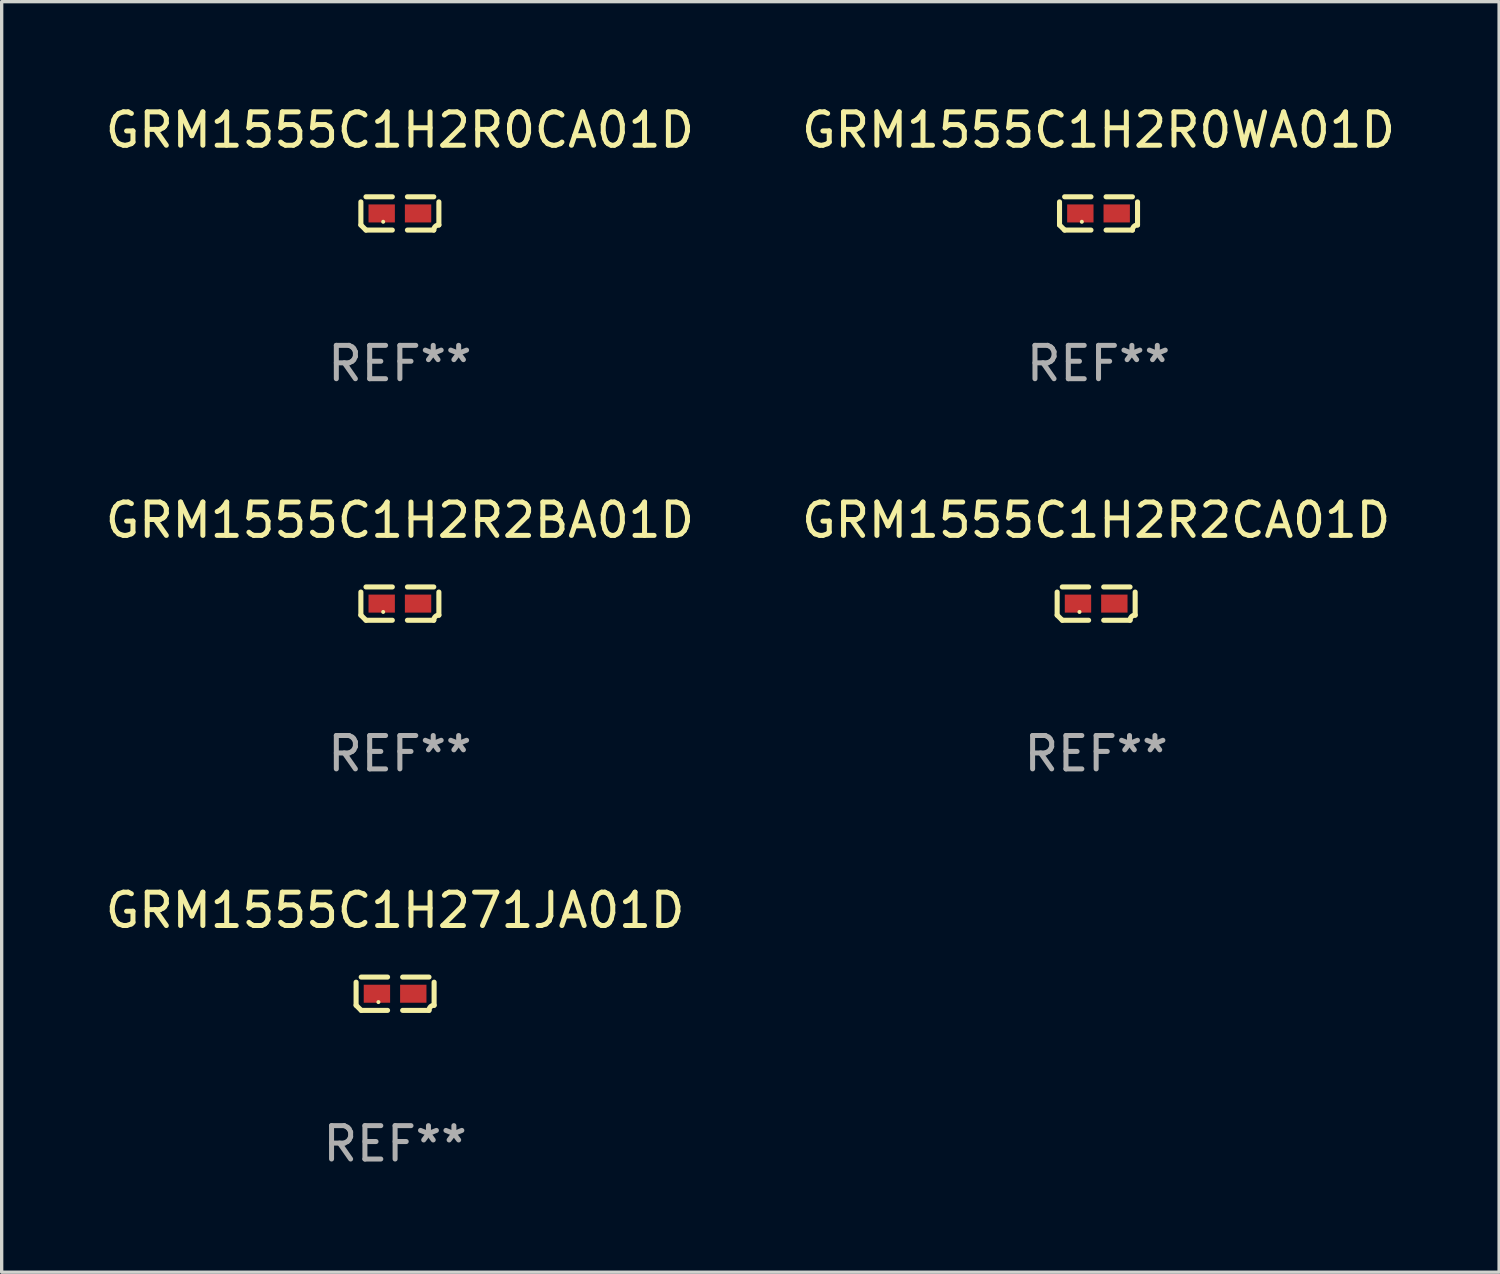
<source format=kicad_pcb>
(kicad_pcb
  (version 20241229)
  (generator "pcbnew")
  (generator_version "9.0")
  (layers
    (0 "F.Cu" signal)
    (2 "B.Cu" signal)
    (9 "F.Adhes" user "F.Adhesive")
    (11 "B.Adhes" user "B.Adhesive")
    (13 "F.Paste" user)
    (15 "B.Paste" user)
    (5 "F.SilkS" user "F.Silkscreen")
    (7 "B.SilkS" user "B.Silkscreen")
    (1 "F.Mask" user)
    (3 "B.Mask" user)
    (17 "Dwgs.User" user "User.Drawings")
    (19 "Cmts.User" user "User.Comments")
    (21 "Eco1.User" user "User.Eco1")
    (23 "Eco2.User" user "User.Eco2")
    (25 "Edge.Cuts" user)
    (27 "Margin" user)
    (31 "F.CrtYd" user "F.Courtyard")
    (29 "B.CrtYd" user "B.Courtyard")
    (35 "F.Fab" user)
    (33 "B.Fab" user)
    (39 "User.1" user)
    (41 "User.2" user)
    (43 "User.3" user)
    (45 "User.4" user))
  (footprint "GRM1555C1H2R2BA01D"
    (layer "F.Cu")
    (at 8.935 15.041)
    (property "Reference" "GRM1555C1H2R2BA01D" (at 0 -2.499 0) (layer "F.SilkS") (effects (font (size 1 1) (thickness 0.15))))
    (attr through_hole)
    (fp_line (start -1.169 0.346) (end -1.169 -0.346) (stroke (width 0.152) (type solid)) (layer "F.SilkS"))
    (fp_line (start -1.016 -0.499) (end -0.226 -0.499) (stroke (width 0.152) (type solid)) (layer "F.SilkS"))
    (fp_line (start -0.226 0.499) (end -1.016 0.499) (stroke (width 0.152) (type solid)) (layer "F.SilkS"))
    (fp_line (start 0.226 0.499) (end 1.016 0.499) (stroke (width 0.152) (type solid)) (layer "F.SilkS"))
    (fp_line (start 1.016 -0.499) (end 0.226 -0.499) (stroke (width 0.152) (type solid)) (layer "F.SilkS"))
    (fp_line (start 1.169 0.346) (end 1.169 -0.346) (stroke (width 0.152) (type solid)) (layer "F.SilkS"))
    (fp_arc (start -1.016307 0.498603) (mid -1.092512 0.422405) (end -1.16871 0.3462) (stroke (width 0.1524) (type solid)) (layer "F.SilkS"))
    (fp_arc (start 1.016307 0.498603) (mid 1.060899 0.390758) (end 1.168707 0.346076) (stroke (width 0.1524) (type solid)) (layer "F.SilkS"))
    (fp_circle (center -0.5 0.25) (end -0.47 0.25) (stroke (width 0.06) (type solid)) (fill no) (layer "F.SilkS"))
    (fp_text user "REF**" (at 0 4.499 0) (layer "F.Fab") (effects (font (size 1 1) (thickness 0.15))))
    (pad "1" smd rect (at -0.545 0) (size 0.79 0.54) (layers "F.Cu" "F.Mask" "F.Paste"))
    (pad "2" smd rect (at 0.545 0) (size 0.79 0.54) (layers "F.Cu" "F.Mask" "F.Paste")))
  (footprint "GRM1555C1H2R2CA01D"
    (layer "F.Cu")
    (at 29.804 15.041)
    (property "Reference" "GRM1555C1H2R2CA01D" (at 0 -2.499 0) (layer "F.SilkS") (effects (font (size 1 1) (thickness 0.15))))
    (attr through_hole)
    (fp_line (start -1.169 0.346) (end -1.169 -0.346) (stroke (width 0.152) (type solid)) (layer "F.SilkS"))
    (fp_line (start -1.016 -0.499) (end -0.226 -0.499) (stroke (width 0.152) (type solid)) (layer "F.SilkS"))
    (fp_line (start -0.226 0.499) (end -1.016 0.499) (stroke (width 0.152) (type solid)) (layer "F.SilkS"))
    (fp_line (start 0.226 0.499) (end 1.016 0.499) (stroke (width 0.152) (type solid)) (layer "F.SilkS"))
    (fp_line (start 1.016 -0.499) (end 0.226 -0.499) (stroke (width 0.152) (type solid)) (layer "F.SilkS"))
    (fp_line (start 1.169 0.346) (end 1.169 -0.346) (stroke (width 0.152) (type solid)) (layer "F.SilkS"))
    (fp_arc (start -1.016307 0.498603) (mid -1.092512 0.422405) (end -1.16871 0.3462) (stroke (width 0.1524) (type solid)) (layer "F.SilkS"))
    (fp_arc (start 1.016307 0.498603) (mid 1.060899 0.390758) (end 1.168707 0.346076) (stroke (width 0.1524) (type solid)) (layer "F.SilkS"))
    (fp_circle (center -0.5 0.25) (end -0.47 0.25) (stroke (width 0.06) (type solid)) (fill no) (layer "F.SilkS"))
    (fp_text user "REF**" (at 0 4.499 0) (layer "F.Fab") (effects (font (size 1 1) (thickness 0.15))))
    (pad "1" smd rect (at -0.545 0) (size 0.79 0.54) (layers "F.Cu" "F.Mask" "F.Paste"))
    (pad "2" smd rect (at 0.545 0) (size 0.79 0.54) (layers "F.Cu" "F.Mask" "F.Paste")))
  (footprint "GRM1555C1H2R0CA01D"
    (layer "F.Cu")
    (at 8.935 3.347)
    (property "Reference" "GRM1555C1H2R0CA01D" (at 0 -2.499 0) (layer "F.SilkS") (effects (font (size 1 1) (thickness 0.15))))
    (attr through_hole)
    (fp_line (start -1.169 0.346) (end -1.169 -0.346) (stroke (width 0.152) (type solid)) (layer "F.SilkS"))
    (fp_line (start -1.016 -0.499) (end -0.226 -0.499) (stroke (width 0.152) (type solid)) (layer "F.SilkS"))
    (fp_line (start -0.226 0.499) (end -1.016 0.499) (stroke (width 0.152) (type solid)) (layer "F.SilkS"))
    (fp_line (start 0.226 0.499) (end 1.016 0.499) (stroke (width 0.152) (type solid)) (layer "F.SilkS"))
    (fp_line (start 1.016 -0.499) (end 0.226 -0.499) (stroke (width 0.152) (type solid)) (layer "F.SilkS"))
    (fp_line (start 1.169 0.346) (end 1.169 -0.346) (stroke (width 0.152) (type solid)) (layer "F.SilkS"))
    (fp_arc (start -1.016307 0.498603) (mid -1.092512 0.422405) (end -1.16871 0.3462) (stroke (width 0.1524) (type solid)) (layer "F.SilkS"))
    (fp_arc (start 1.016307 0.498603) (mid 1.060899 0.390758) (end 1.168707 0.346076) (stroke (width 0.1524) (type solid)) (layer "F.SilkS"))
    (fp_circle (center -0.5 0.25) (end -0.47 0.25) (stroke (width 0.06) (type solid)) (fill no) (layer "F.SilkS"))
    (fp_text user "REF**" (at 0 4.499 0) (layer "F.Fab") (effects (font (size 1 1) (thickness 0.15))))
    (pad "1" smd rect (at -0.545 0) (size 0.79 0.54) (layers "F.Cu" "F.Mask" "F.Paste"))
    (pad "2" smd rect (at 0.545 0) (size 0.79 0.54) (layers "F.Cu" "F.Mask" "F.Paste")))
  (footprint "GRM1555C1H2R0WA01D"
    (layer "F.Cu")
    (at 29.875 3.347)
    (property "Reference" "GRM1555C1H2R0WA01D" (at 0 -2.499 0) (layer "F.SilkS") (effects (font (size 1 1) (thickness 0.15))))
    (attr through_hole)
    (fp_line (start -1.169 0.346) (end -1.169 -0.346) (stroke (width 0.152) (type solid)) (layer "F.SilkS"))
    (fp_line (start -1.016 -0.499) (end -0.226 -0.499) (stroke (width 0.152) (type solid)) (layer "F.SilkS"))
    (fp_line (start -0.226 0.499) (end -1.016 0.499) (stroke (width 0.152) (type solid)) (layer "F.SilkS"))
    (fp_line (start 0.226 0.499) (end 1.016 0.499) (stroke (width 0.152) (type solid)) (layer "F.SilkS"))
    (fp_line (start 1.016 -0.499) (end 0.226 -0.499) (stroke (width 0.152) (type solid)) (layer "F.SilkS"))
    (fp_line (start 1.169 0.346) (end 1.169 -0.346) (stroke (width 0.152) (type solid)) (layer "F.SilkS"))
    (fp_arc (start -1.016307 0.498603) (mid -1.092512 0.422405) (end -1.16871 0.3462) (stroke (width 0.1524) (type solid)) (layer "F.SilkS"))
    (fp_arc (start 1.016307 0.498603) (mid 1.060899 0.390758) (end 1.168707 0.346076) (stroke (width 0.1524) (type solid)) (layer "F.SilkS"))
    (fp_circle (center -0.5 0.25) (end -0.47 0.25) (stroke (width 0.06) (type solid)) (fill no) (layer "F.SilkS"))
    (fp_text user "REF**" (at 0 4.499 0) (layer "F.Fab") (effects (font (size 1 1) (thickness 0.15))))
    (pad "1" smd rect (at -0.545 0) (size 0.79 0.54) (layers "F.Cu" "F.Mask" "F.Paste"))
    (pad "2" smd rect (at 0.545 0) (size 0.79 0.54) (layers "F.Cu" "F.Mask" "F.Paste")))
  (footprint "GRM1555C1H271JA01D"
    (layer "F.Cu")
    (at 8.792 26.734)
    (property "Reference" "GRM1555C1H271JA01D" (at 0 -2.499 0) (layer "F.SilkS") (effects (font (size 1 1) (thickness 0.15))))
    (attr through_hole)
    (fp_line (start -1.169 0.346) (end -1.169 -0.346) (stroke (width 0.152) (type solid)) (layer "F.SilkS"))
    (fp_line (start -1.016 -0.499) (end -0.226 -0.499) (stroke (width 0.152) (type solid)) (layer "F.SilkS"))
    (fp_line (start -0.226 0.499) (end -1.016 0.499) (stroke (width 0.152) (type solid)) (layer "F.SilkS"))
    (fp_line (start 0.226 0.499) (end 1.016 0.499) (stroke (width 0.152) (type solid)) (layer "F.SilkS"))
    (fp_line (start 1.016 -0.499) (end 0.226 -0.499) (stroke (width 0.152) (type solid)) (layer "F.SilkS"))
    (fp_line (start 1.169 0.346) (end 1.169 -0.346) (stroke (width 0.152) (type solid)) (layer "F.SilkS"))
    (fp_arc (start -1.016307 0.498603) (mid -1.092512 0.422405) (end -1.16871 0.3462) (stroke (width 0.1524) (type solid)) (layer "F.SilkS"))
    (fp_arc (start 1.016307 0.498603) (mid 1.060899 0.390758) (end 1.168707 0.346076) (stroke (width 0.1524) (type solid)) (layer "F.SilkS"))
    (fp_circle (center -0.5 0.25) (end -0.47 0.25) (stroke (width 0.06) (type solid)) (fill no) (layer "F.SilkS"))
    (fp_text user "REF**" (at 0 4.499 0) (layer "F.Fab") (effects (font (size 1 1) (thickness 0.15))))
    (pad "1" smd rect (at -0.545 0) (size 0.79 0.54) (layers "F.Cu" "F.Mask" "F.Paste"))
    (pad "2" smd rect (at 0.545 0) (size 0.79 0.54) (layers "F.Cu" "F.Mask" "F.Paste")))
  (gr_rect
    (start -3 -3)
    (end 41.881 35.081)
    (stroke (width 0.1) (type default))
    (fill no)
    (layer "Edge.Cuts")))
</source>
